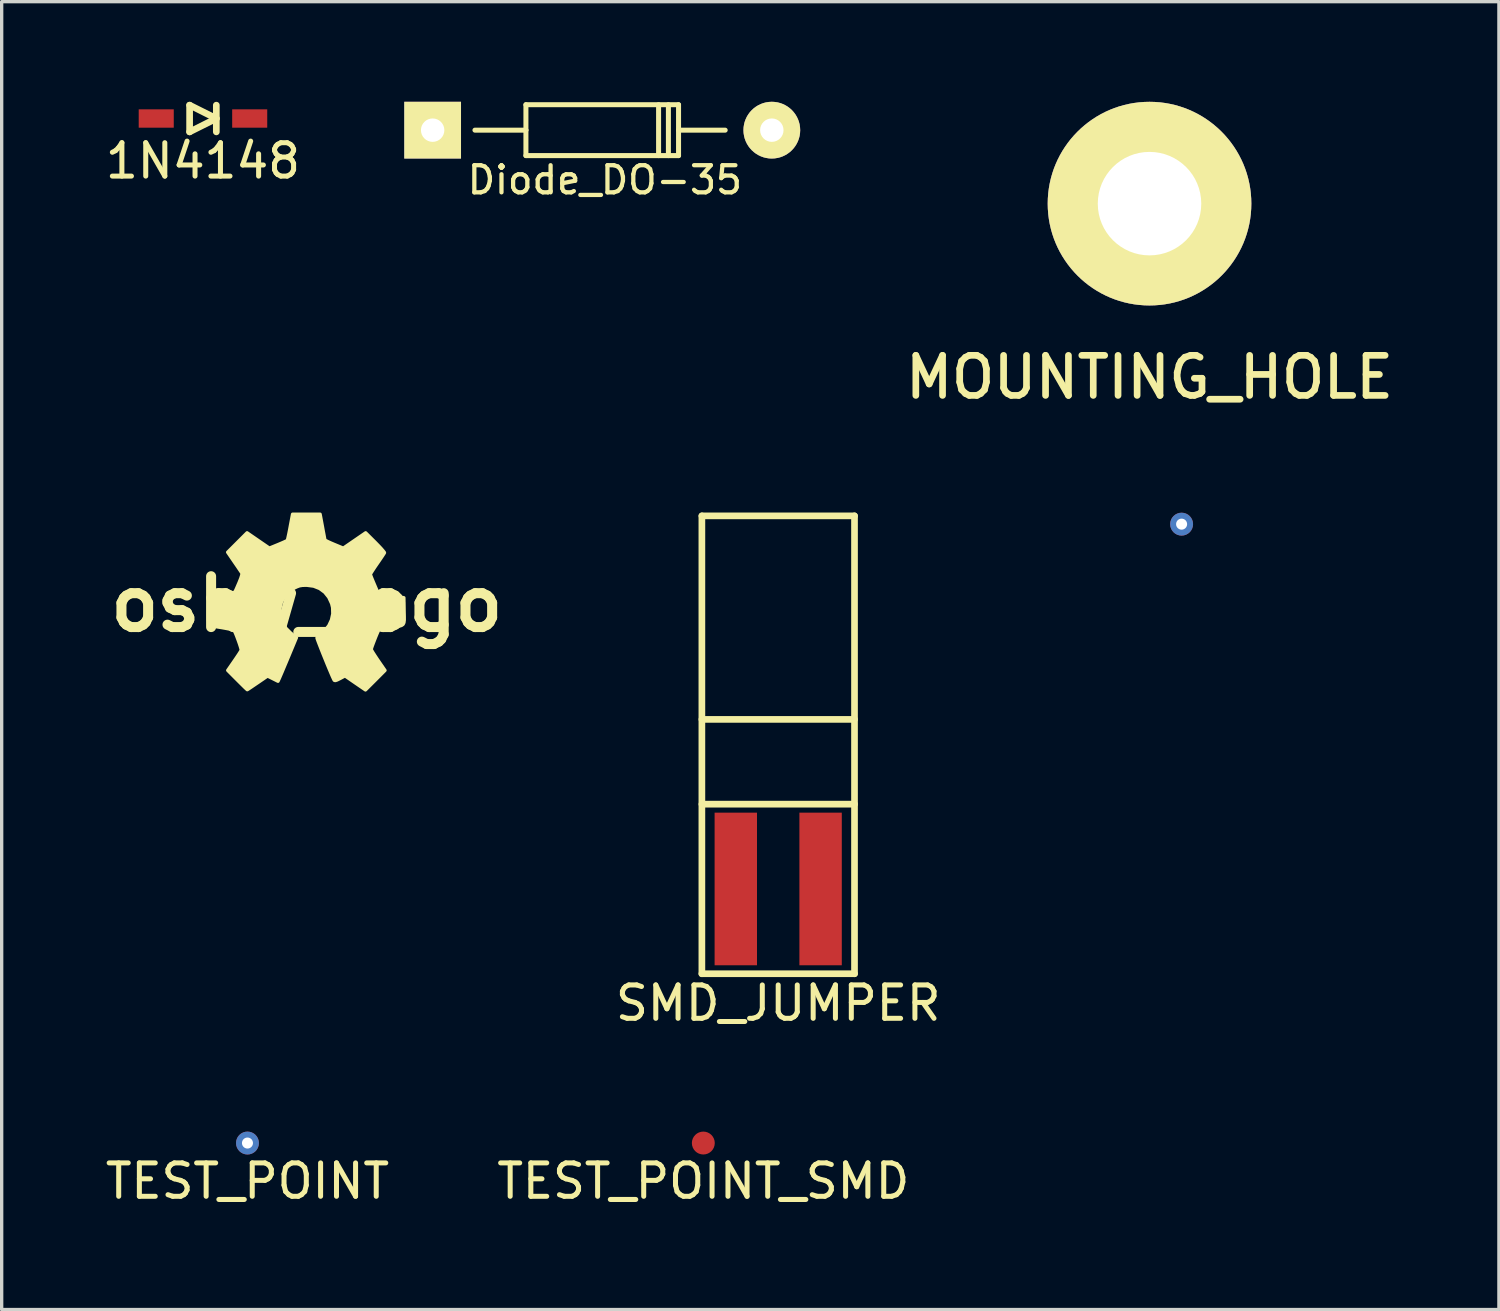
<source format=kicad_pcb>
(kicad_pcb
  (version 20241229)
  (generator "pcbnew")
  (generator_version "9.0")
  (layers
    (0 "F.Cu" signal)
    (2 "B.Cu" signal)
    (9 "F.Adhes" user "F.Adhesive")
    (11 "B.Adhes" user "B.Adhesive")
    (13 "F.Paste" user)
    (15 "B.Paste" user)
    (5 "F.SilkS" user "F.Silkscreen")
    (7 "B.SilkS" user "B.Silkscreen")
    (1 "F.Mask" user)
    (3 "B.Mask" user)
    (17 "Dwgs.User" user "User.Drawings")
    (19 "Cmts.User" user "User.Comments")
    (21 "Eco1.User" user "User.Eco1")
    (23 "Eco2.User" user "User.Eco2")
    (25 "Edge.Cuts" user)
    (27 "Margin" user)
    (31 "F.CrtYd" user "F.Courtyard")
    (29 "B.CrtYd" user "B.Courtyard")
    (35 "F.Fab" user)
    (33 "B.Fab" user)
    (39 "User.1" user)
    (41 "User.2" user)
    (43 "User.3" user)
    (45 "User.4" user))
  (footprint "1N4148"
    (layer "F.Cu")
    (at 3.03 0.5)
    (property "Reference" "1N4148" (at 0 1.27 0) (layer "F.SilkS") (effects (font (size 1 1) (thickness 0.15))))
    (attr through_hole)
    (fp_line (start -0.4 -0.4) (end -0.4 0.4) (stroke (width 0.2) (type solid)) (layer "F.SilkS"))
    (fp_line (start -0.4 0.4) (end 0.4 0) (stroke (width 0.2) (type solid)) (layer "F.SilkS"))
    (fp_line (start 0.4 -0.4) (end 0.4 0.4) (stroke (width 0.2) (type solid)) (layer "F.SilkS"))
    (fp_line (start 0.4 0) (end -0.4 -0.4) (stroke (width 0.2) (type solid)) (layer "F.SilkS"))
    (pad "1" smd rect (at -1.4 0) (size 1.05 0.55) (layers "F.Cu" "F.Mask" "F.Paste"))
    (pad "2" smd rect (at 1.4 0) (size 1.05 0.55) (layers "F.Cu" "F.Mask" "F.Paste")))
  (footprint "Diode_DO-35"
    (layer "F.Cu")
    (at 9.909 0.852)
    (property "Reference" "Diode_DO-35" (at 5.16 1.49 0) (layer "F.SilkS") (effects (font (size 0.813 0.813) (thickness 0.127))))
    (attr through_hole)
    (fp_line (start 2.792 -0.003) (end 1.268 -0.003) (stroke (width 0.15) (type solid)) (layer "F.SilkS"))
    (fp_line (start 2.795 -0.765) (end 2.795 -0.003) (stroke (width 0.15) (type solid)) (layer "F.SilkS"))
    (fp_line (start 2.795 -0.003) (end 2.795 0.759) (stroke (width 0.15) (type solid)) (layer "F.SilkS"))
    (fp_line (start 2.795 0.759) (end 7.367 0.759) (stroke (width 0.15) (type solid)) (layer "F.SilkS"))
    (fp_line (start 6.769 -0.765) (end 6.769 0.759) (stroke (width 0.15) (type solid)) (layer "F.SilkS"))
    (fp_line (start 7.063 -0.765) (end 7.063 0.759) (stroke (width 0.15) (type solid)) (layer "F.SilkS"))
    (fp_line (start 7.367 -0.765) (end 2.795 -0.765) (stroke (width 0.15) (type solid)) (layer "F.SilkS"))
    (fp_line (start 7.367 -0.003) (end 8.764 -0.003) (stroke (width 0.15) (type solid)) (layer "F.SilkS"))
    (fp_line (start 7.367 0.759) (end 7.367 -0.765) (stroke (width 0.15) (type solid)) (layer "F.SilkS"))
    (pad "1" thru_hole rect (at 0.001 -0.003 180) (size 1.699 1.699) (drill 0.701) (layers "*.Cu" "*.Mask" "F.SilkS"))
    (pad "2" thru_hole circle (at 10.161 -0.003 180) (size 1.699 1.699) (drill 0.701) (layers "*.Cu" "*.Mask" "F.SilkS")))
  (footprint "SMD_JUMPER"
    (layer "F.Cu")
    (at 20.261 23.579)
    (property "Reference" "SMD_JUMPER" (at 0 3.42 0) (layer "F.SilkS") (effects (font (size 1 1) (thickness 0.15))))
    (attr through_hole)
    (fp_line (start -2.286 -11.176) (end -2.286 2.54) (stroke (width 0.2) (type solid)) (layer "F.SilkS"))
    (fp_line (start -2.286 -5.08) (end 2.286 -5.08) (stroke (width 0.2) (type solid)) (layer "F.SilkS"))
    (fp_line (start -2.286 -2.54) (end 2.286 -2.54) (stroke (width 0.2) (type solid)) (layer "F.SilkS"))
    (fp_line (start -2.286 2.54) (end 2.286 2.54) (stroke (width 0.2) (type solid)) (layer "F.SilkS"))
    (fp_line (start 2.286 -11.176) (end -2.286 -11.176) (stroke (width 0.2) (type solid)) (layer "F.SilkS"))
    (fp_line (start 2.286 2.54) (end 2.286 -11.176) (stroke (width 0.2) (type solid)) (layer "F.SilkS"))
    (pad "1" smd rect (at -1.27 0) (size 1.27 4.572) (layers "F.Cu" "F.Mask" "F.Paste"))
    (pad "2" smd rect (at 1.27 0) (size 1.27 4.572) (layers "F.Cu" "F.Mask" "F.Paste")))
  (footprint "oshw_logo"
    (layer "F.Cu")
    (at 6.14 15.045)
    (property "Reference" "oshw_logo" (at 0 0 0) (layer "F.SilkS") (effects (font (size 1.524 1.524) (thickness 0.3))))
    (attr through_hole)
    (fp_poly (pts (xy 2.92 0.476) (xy 2.91 0.555) (xy 2.885 0.607) (xy 2.836 0.641) (xy 2.758 0.665) (xy 2.644 0.686) (xy 2.489 0.711) (xy 2.368 0.733) (xy 2.265 0.754) (xy 2.191 0.771) (xy 2.156 0.782) (xy 2.155 0.783) (xy 2.137 0.814) (xy 2.107 0.882) (xy 2.069 0.973) (xy 2.029 1.075) (xy 1.99 1.177) (xy 1.957 1.266) (xy 1.936 1.33) (xy 1.93 1.355) (xy 1.944 1.387) (xy 1.982 1.452) (xy 2.039 1.541) (xy 2.109 1.647) (xy 2.137 1.688) (xy 2.343 1.987) (xy 2.051 2.28) (xy 1.758 2.572) (xy 1.451 2.362) (xy 1.145 2.151) (xy 0.994 2.231) (xy 0.908 2.274) (xy 0.855 2.291) (xy 0.825 2.285) (xy 0.82 2.28) (xy 0.802 2.244) (xy 0.768 2.171) (xy 0.723 2.066) (xy 0.669 1.938) (xy 0.609 1.794) (xy 0.548 1.643) (xy 0.487 1.493) (xy 0.43 1.35) (xy 0.38 1.222) (xy 0.34 1.118) (xy 0.314 1.046) (xy 0.305 1.012) (xy 0.305 1.012) (xy 0.325 0.972) (xy 0.375 0.927) (xy 0.391 0.916) (xy 0.542 0.795) (xy 0.66 0.645) (xy 0.74 0.474) (xy 0.779 0.292) (xy 0.774 0.106) (xy 0.745 -0.015) (xy 0.658 -0.203) (xy 0.537 -0.354) (xy 0.385 -0.466) (xy 0.206 -0.537) (xy 0.001 -0.564) (xy -0.022 -0.564) (xy -0.132 -0.561) (xy -0.218 -0.547) (xy -0.303 -0.515) (xy -0.377 -0.479) (xy -0.543 -0.368) (xy -0.671 -0.225) (xy -0.759 -0.057) (xy -0.804 0.13) (xy -0.805 0.294) (xy -0.775 0.453) (xy -0.715 0.595) (xy -0.62 0.73) (xy -0.484 0.865) (xy -0.375 0.953) (xy -0.309 1.003) (xy -0.547 1.575) (xy -0.616 1.739) (xy -0.68 1.891) (xy -0.736 2.025) (xy -0.782 2.132) (xy -0.813 2.204) (xy -0.824 2.229) (xy -0.863 2.312) (xy -1.02 2.233) (xy -1.176 2.155) (xy -1.476 2.36) (xy -1.584 2.433) (xy -1.675 2.495) (xy -1.743 2.54) (xy -1.78 2.563) (xy -1.784 2.565) (xy -1.803 2.548) (xy -1.853 2.501) (xy -1.925 2.43) (xy -2.015 2.341) (xy -2.08 2.276) (xy -2.369 1.986) (xy -2.174 1.704) (xy -2.101 1.597) (xy -2.038 1.503) (xy -1.992 1.43) (xy -1.967 1.388) (xy -1.965 1.384) (xy -1.969 1.35) (xy -1.988 1.281) (xy -2.018 1.188) (xy -2.055 1.083) (xy -2.094 0.978) (xy -2.131 0.885) (xy -2.163 0.816) (xy -2.182 0.783) (xy -2.211 0.772) (xy -2.281 0.756) (xy -2.381 0.736) (xy -2.5 0.714) (xy -2.515 0.711) (xy -2.67 0.686) (xy -2.784 0.665) (xy -2.861 0.641) (xy -2.91 0.607) (xy -2.936 0.555) (xy -2.946 0.477) (xy -2.947 0.365) (xy -2.946 0.218) (xy -2.945 0.082) (xy -2.942 -0.035) (xy -2.937 -0.124) (xy -2.931 -0.177) (xy -2.927 -0.186) (xy -2.897 -0.195) (xy -2.826 -0.211) (xy -2.723 -0.232) (xy -2.599 -0.256) (xy -2.54 -0.267) (xy -2.409 -0.293) (xy -2.296 -0.319) (xy -2.21 -0.341) (xy -2.161 -0.359) (xy -2.153 -0.365) (xy -2.136 -0.399) (xy -2.104 -0.469) (xy -2.063 -0.564) (xy -2.028 -0.645) (xy -1.975 -0.779) (xy -1.946 -0.872) (xy -1.942 -0.923) (xy -1.945 -0.93) (xy -1.968 -0.963) (xy -2.013 -1.029) (xy -2.074 -1.12) (xy -2.147 -1.226) (xy -2.17 -1.259) (xy -2.371 -1.553) (xy -2.08 -1.844) (xy -1.789 -2.135) (xy -1.455 -1.905) (xy -1.121 -1.676) (xy -0.859 -1.783) (xy -0.752 -1.828) (xy -0.664 -1.867) (xy -0.604 -1.896) (xy -0.583 -1.909) (xy -0.574 -1.94) (xy -0.558 -2.011) (xy -0.536 -2.114) (xy -0.511 -2.24) (xy -0.498 -2.31) (xy -0.426 -2.692) (xy -0.013 -2.692) (xy 0.399 -2.692) (xy 0.469 -2.318) (xy 0.493 -2.185) (xy 0.515 -2.07) (xy 0.531 -1.982) (xy 0.541 -1.931) (xy 0.543 -1.922) (xy 0.567 -1.904) (xy 0.629 -1.872) (xy 0.719 -1.831) (xy 0.82 -1.788) (xy 1.093 -1.675) (xy 1.428 -1.905) (xy 1.763 -2.135) (xy 2.05 -1.849) (xy 2.147 -1.75) (xy 2.229 -1.663) (xy 2.289 -1.593) (xy 2.323 -1.549) (xy 2.327 -1.536) (xy 2.31 -1.507) (xy 2.269 -1.444) (xy 2.21 -1.356) (xy 2.138 -1.251) (xy 2.111 -1.212) (xy 2.037 -1.104) (xy 1.975 -1.01) (xy 1.93 -0.939) (xy 1.907 -0.897) (xy 1.905 -0.892) (xy 1.914 -0.86) (xy 1.94 -0.792) (xy 1.978 -0.699) (xy 2.017 -0.606) (xy 2.129 -0.343) (xy 2.417 -0.286) (xy 2.544 -0.262) (xy 2.662 -0.238) (xy 2.757 -0.22) (xy 2.807 -0.21) (xy 2.908 -0.19) (xy 2.915 0.21) (xy 2.919 0.364) (xy 2.92 0.476)) (stroke (width 0.1) (type solid)) (fill yes) (layer "F.SilkS")))
  (footprint "TEST_POINT"
    (layer "F.Cu")
    (at 4.363 31.19)
    (property "Reference" "TEST_POINT" (at 0 1.14 0) (layer "F.SilkS") (effects (font (size 1 1) (thickness 0.15))))
    (attr through_hole)
    (pad "" thru_hole circle (at 0 0) (size 0.686 0.686) (drill 0.33) (layers "*.Cu" "F.Mask")))
  (footprint "TEST_POINT_SMD"
    (layer "F.Cu")
    (at 18.018 31.19)
    (property "Reference" "TEST_POINT_SMD" (at 0 1.14 0) (layer "F.SilkS") (effects (font (size 1 1) (thickness 0.15))))
    (attr through_hole)
    (pad "" smd circle (at 0 0) (size 0.686 0.686) (layers "F.Cu" "F.Mask" "F.Paste")))
  (footprint "STITCH_VIA"
    (layer "F.Cu")
    (at 32.345 12.651)
    (property "Reference" "STITCH_VIA" (at 0 0.5 0) (layer "Eco2.User") (effects (font (size 1 1) (thickness 0.15))))
    (attr through_hole)
    (pad "" thru_hole circle (at 0 0) (size 0.686 0.686) (drill 0.33) (layers "*.Cu")))
  (footprint "MOUNTING_HOLE"
    (layer "F.Cu")
    (at 31.384 3.05)
    (property "Reference" "MOUNTING_HOLE" (at 0 5.2 0) (layer "F.SilkS") (effects (font (size 1.2 1.2) (thickness 0.2))))
    (attr through_hole)
    (pad "1" thru_hole oval (at 0 0) (size 6.1 6.1) (drill 3.1) (layers "*.Cu" "*.Mask" "F.SilkS")))
  (gr_rect
    (start -3 -3)
    (end 41.85 36.178)
    (stroke (width 0.1) (type default))
    (fill no)
    (layer "Edge.Cuts")))
</source>
